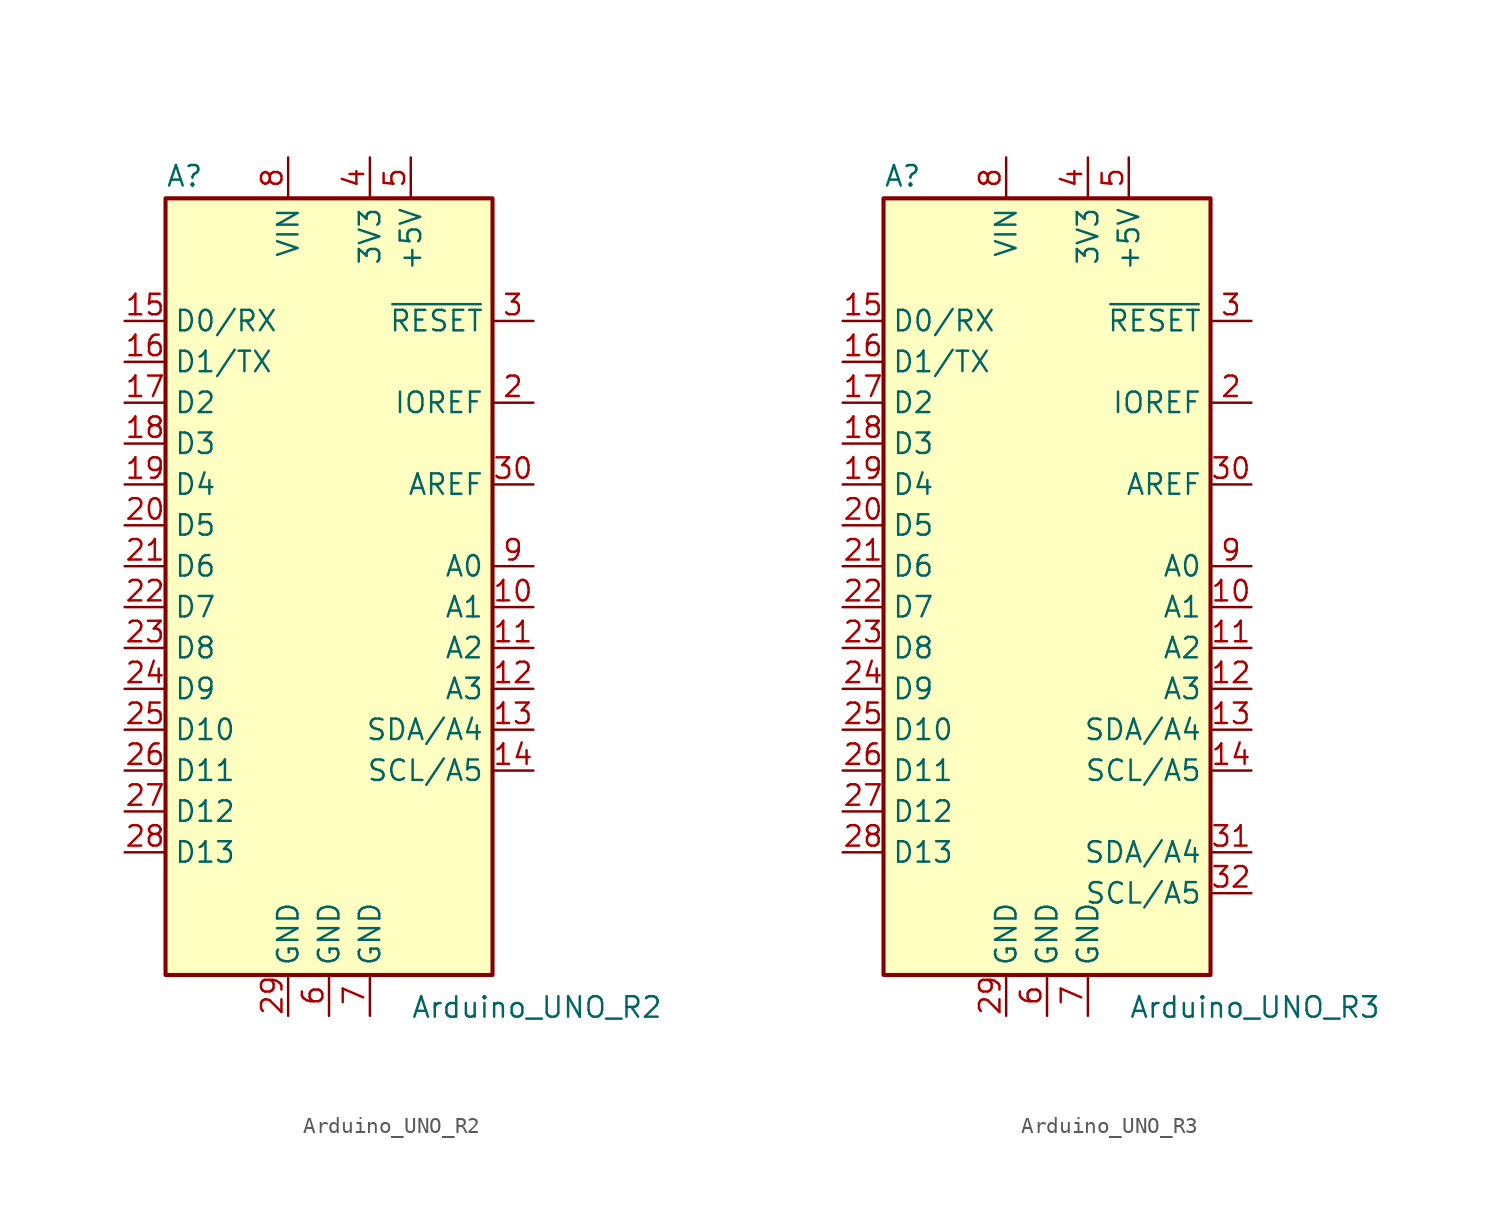
<source format=kicad_sym>
(kicad_symbol_lib
  (version 20200908)
  (generator kicad_symbol_editor)
  (symbol "MCU_Module:Arduino_UNO_R2"
    (property "Reference" "A"
      (at -10.16 23.495 0)
      (effects (font (size 1.27 1.27)) (justify left bottom)))
    (property "Value" "Arduino_UNO_R2"
      (at 5.08 -26.67 0)
      (effects (font (size 1.27 1.27)) (justify left top)))
    (symbol "Arduino_UNO_R2_0_1"
      (rectangle (start -10.16 22.86) (end 10.16 -25.4) (stroke (width 0.254)) (fill (type background))))
    (symbol "Arduino_UNO_R2_1_1"
      (pin unconnected line (at -10.16 -20.32 0) (length 2.54) hide (name "NC" (effects (font (size 1.27 1.27)))) (number "1" (effects (font (size 1.27 1.27)))))
      (pin bidirectional line (at 12.7 -2.54 180) (length 2.54) (name "A1" (effects (font (size 1.27 1.27)))) (number "10" (effects (font (size 1.27 1.27)))))
      (pin bidirectional line (at 12.7 -5.08 180) (length 2.54) (name "A2" (effects (font (size 1.27 1.27)))) (number "11" (effects (font (size 1.27 1.27)))))
      (pin bidirectional line (at 12.7 -7.62 180) (length 2.54) (name "A3" (effects (font (size 1.27 1.27)))) (number "12" (effects (font (size 1.27 1.27)))))
      (pin bidirectional line (at 12.7 -10.16 180) (length 2.54) (name "SDA/A4" (effects (font (size 1.27 1.27)))) (number "13" (effects (font (size 1.27 1.27)))))
      (pin bidirectional line (at 12.7 -12.7 180) (length 2.54) (name "SCL/A5" (effects (font (size 1.27 1.27)))) (number "14" (effects (font (size 1.27 1.27)))))
      (pin bidirectional line (at -12.7 15.24 0) (length 2.54) (name "D0/RX" (effects (font (size 1.27 1.27)))) (number "15" (effects (font (size 1.27 1.27)))))
      (pin bidirectional line (at -12.7 12.7 0) (length 2.54) (name "D1/TX" (effects (font (size 1.27 1.27)))) (number "16" (effects (font (size 1.27 1.27)))))
      (pin bidirectional line (at -12.7 10.16 0) (length 2.54) (name "D2" (effects (font (size 1.27 1.27)))) (number "17" (effects (font (size 1.27 1.27)))))
      (pin bidirectional line (at -12.7 7.62 0) (length 2.54) (name "D3" (effects (font (size 1.27 1.27)))) (number "18" (effects (font (size 1.27 1.27)))))
      (pin bidirectional line (at -12.7 5.08 0) (length 2.54) (name "D4" (effects (font (size 1.27 1.27)))) (number "19" (effects (font (size 1.27 1.27)))))
      (pin output line (at 12.7 10.16 180) (length 2.54) (name "IOREF" (effects (font (size 1.27 1.27)))) (number "2" (effects (font (size 1.27 1.27)))))
      (pin bidirectional line (at -12.7 2.54 0) (length 2.54) (name "D5" (effects (font (size 1.27 1.27)))) (number "20" (effects (font (size 1.27 1.27)))))
      (pin bidirectional line (at -12.7 0 0) (length 2.54) (name "D6" (effects (font (size 1.27 1.27)))) (number "21" (effects (font (size 1.27 1.27)))))
      (pin bidirectional line (at -12.7 -2.54 0) (length 2.54) (name "D7" (effects (font (size 1.27 1.27)))) (number "22" (effects (font (size 1.27 1.27)))))
      (pin bidirectional line (at -12.7 -5.08 0) (length 2.54) (name "D8" (effects (font (size 1.27 1.27)))) (number "23" (effects (font (size 1.27 1.27)))))
      (pin bidirectional line (at -12.7 -7.62 0) (length 2.54) (name "D9" (effects (font (size 1.27 1.27)))) (number "24" (effects (font (size 1.27 1.27)))))
      (pin bidirectional line (at -12.7 -10.16 0) (length 2.54) (name "D10" (effects (font (size 1.27 1.27)))) (number "25" (effects (font (size 1.27 1.27)))))
      (pin bidirectional line (at -12.7 -12.7 0) (length 2.54) (name "D11" (effects (font (size 1.27 1.27)))) (number "26" (effects (font (size 1.27 1.27)))))
      (pin bidirectional line (at -12.7 -15.24 0) (length 2.54) (name "D12" (effects (font (size 1.27 1.27)))) (number "27" (effects (font (size 1.27 1.27)))))
      (pin bidirectional line (at -12.7 -17.78 0) (length 2.54) (name "D13" (effects (font (size 1.27 1.27)))) (number "28" (effects (font (size 1.27 1.27)))))
      (pin power_in line (at -2.54 -27.94 90) (length 2.54) (name "GND" (effects (font (size 1.27 1.27)))) (number "29" (effects (font (size 1.27 1.27)))))
      (pin input line (at 12.7 15.24 180) (length 2.54) (name "~RESET" (effects (font (size 1.27 1.27)))) (number "3" (effects (font (size 1.27 1.27)))))
      (pin input line (at 12.7 5.08 180) (length 2.54) (name "AREF" (effects (font (size 1.27 1.27)))) (number "30" (effects (font (size 1.27 1.27)))))
      (pin power_out line (at 2.54 25.4 270) (length 2.54) (name "3V3" (effects (font (size 1.27 1.27)))) (number "4" (effects (font (size 1.27 1.27)))))
      (pin power_out line (at 5.08 25.4 270) (length 2.54) (name "+5V" (effects (font (size 1.27 1.27)))) (number "5" (effects (font (size 1.27 1.27)))))
      (pin power_in line (at 0 -27.94 90) (length 2.54) (name "GND" (effects (font (size 1.27 1.27)))) (number "6" (effects (font (size 1.27 1.27)))))
      (pin power_in line (at 2.54 -27.94 90) (length 2.54) (name "GND" (effects (font (size 1.27 1.27)))) (number "7" (effects (font (size 1.27 1.27)))))
      (pin power_in line (at -2.54 25.4 270) (length 2.54) (name "VIN" (effects (font (size 1.27 1.27)))) (number "8" (effects (font (size 1.27 1.27)))))
      (pin bidirectional line (at 12.7 0 180) (length 2.54) (name "A0" (effects (font (size 1.27 1.27)))) (number "9" (effects (font (size 1.27 1.27)))))))
  (symbol "MCU_Module:Arduino_UNO_R3"
    (property "Reference" "A"
      (at -10.16 23.495 0)
      (effects (font (size 1.27 1.27)) (justify left bottom)))
    (property "Value" "Arduino_UNO_R3"
      (at 5.08 -26.67 0)
      (effects (font (size 1.27 1.27)) (justify left top)))
    (symbol "Arduino_UNO_R3_0_1"
      (rectangle (start -10.16 22.86) (end 10.16 -25.4) (stroke (width 0.254)) (fill (type background))))
    (symbol "Arduino_UNO_R3_1_1"
      (pin unconnected line (at -10.16 -20.32 0) (length 2.54) hide (name "NC" (effects (font (size 1.27 1.27)))) (number "1" (effects (font (size 1.27 1.27)))))
      (pin bidirectional line (at 12.7 -2.54 180) (length 2.54) (name "A1" (effects (font (size 1.27 1.27)))) (number "10" (effects (font (size 1.27 1.27)))))
      (pin bidirectional line (at 12.7 -5.08 180) (length 2.54) (name "A2" (effects (font (size 1.27 1.27)))) (number "11" (effects (font (size 1.27 1.27)))))
      (pin bidirectional line (at 12.7 -7.62 180) (length 2.54) (name "A3" (effects (font (size 1.27 1.27)))) (number "12" (effects (font (size 1.27 1.27)))))
      (pin bidirectional line (at 12.7 -10.16 180) (length 2.54) (name "SDA/A4" (effects (font (size 1.27 1.27)))) (number "13" (effects (font (size 1.27 1.27)))))
      (pin bidirectional line (at 12.7 -12.7 180) (length 2.54) (name "SCL/A5" (effects (font (size 1.27 1.27)))) (number "14" (effects (font (size 1.27 1.27)))))
      (pin bidirectional line (at -12.7 15.24 0) (length 2.54) (name "D0/RX" (effects (font (size 1.27 1.27)))) (number "15" (effects (font (size 1.27 1.27)))))
      (pin bidirectional line (at -12.7 12.7 0) (length 2.54) (name "D1/TX" (effects (font (size 1.27 1.27)))) (number "16" (effects (font (size 1.27 1.27)))))
      (pin bidirectional line (at -12.7 10.16 0) (length 2.54) (name "D2" (effects (font (size 1.27 1.27)))) (number "17" (effects (font (size 1.27 1.27)))))
      (pin bidirectional line (at -12.7 7.62 0) (length 2.54) (name "D3" (effects (font (size 1.27 1.27)))) (number "18" (effects (font (size 1.27 1.27)))))
      (pin bidirectional line (at -12.7 5.08 0) (length 2.54) (name "D4" (effects (font (size 1.27 1.27)))) (number "19" (effects (font (size 1.27 1.27)))))
      (pin output line (at 12.7 10.16 180) (length 2.54) (name "IOREF" (effects (font (size 1.27 1.27)))) (number "2" (effects (font (size 1.27 1.27)))))
      (pin bidirectional line (at -12.7 2.54 0) (length 2.54) (name "D5" (effects (font (size 1.27 1.27)))) (number "20" (effects (font (size 1.27 1.27)))))
      (pin bidirectional line (at -12.7 0 0) (length 2.54) (name "D6" (effects (font (size 1.27 1.27)))) (number "21" (effects (font (size 1.27 1.27)))))
      (pin bidirectional line (at -12.7 -2.54 0) (length 2.54) (name "D7" (effects (font (size 1.27 1.27)))) (number "22" (effects (font (size 1.27 1.27)))))
      (pin bidirectional line (at -12.7 -5.08 0) (length 2.54) (name "D8" (effects (font (size 1.27 1.27)))) (number "23" (effects (font (size 1.27 1.27)))))
      (pin bidirectional line (at -12.7 -7.62 0) (length 2.54) (name "D9" (effects (font (size 1.27 1.27)))) (number "24" (effects (font (size 1.27 1.27)))))
      (pin bidirectional line (at -12.7 -10.16 0) (length 2.54) (name "D10" (effects (font (size 1.27 1.27)))) (number "25" (effects (font (size 1.27 1.27)))))
      (pin bidirectional line (at -12.7 -12.7 0) (length 2.54) (name "D11" (effects (font (size 1.27 1.27)))) (number "26" (effects (font (size 1.27 1.27)))))
      (pin bidirectional line (at -12.7 -15.24 0) (length 2.54) (name "D12" (effects (font (size 1.27 1.27)))) (number "27" (effects (font (size 1.27 1.27)))))
      (pin bidirectional line (at -12.7 -17.78 0) (length 2.54) (name "D13" (effects (font (size 1.27 1.27)))) (number "28" (effects (font (size 1.27 1.27)))))
      (pin power_in line (at -2.54 -27.94 90) (length 2.54) (name "GND" (effects (font (size 1.27 1.27)))) (number "29" (effects (font (size 1.27 1.27)))))
      (pin input line (at 12.7 15.24 180) (length 2.54) (name "~RESET" (effects (font (size 1.27 1.27)))) (number "3" (effects (font (size 1.27 1.27)))))
      (pin input line (at 12.7 5.08 180) (length 2.54) (name "AREF" (effects (font (size 1.27 1.27)))) (number "30" (effects (font (size 1.27 1.27)))))
      (pin bidirectional line (at 12.7 -17.78 180) (length 2.54) (name "SDA/A4" (effects (font (size 1.27 1.27)))) (number "31" (effects (font (size 1.27 1.27)))))
      (pin bidirectional line (at 12.7 -20.32 180) (length 2.54) (name "SCL/A5" (effects (font (size 1.27 1.27)))) (number "32" (effects (font (size 1.27 1.27)))))
      (pin power_out line (at 2.54 25.4 270) (length 2.54) (name "3V3" (effects (font (size 1.27 1.27)))) (number "4" (effects (font (size 1.27 1.27)))))
      (pin power_out line (at 5.08 25.4 270) (length 2.54) (name "+5V" (effects (font (size 1.27 1.27)))) (number "5" (effects (font (size 1.27 1.27)))))
      (pin power_in line (at 0 -27.94 90) (length 2.54) (name "GND" (effects (font (size 1.27 1.27)))) (number "6" (effects (font (size 1.27 1.27)))))
      (pin power_in line (at 2.54 -27.94 90) (length 2.54) (name "GND" (effects (font (size 1.27 1.27)))) (number "7" (effects (font (size 1.27 1.27)))))
      (pin power_in line (at -2.54 25.4 270) (length 2.54) (name "VIN" (effects (font (size 1.27 1.27)))) (number "8" (effects (font (size 1.27 1.27)))))
      (pin bidirectional line (at 12.7 0 180) (length 2.54) (name "A0" (effects (font (size 1.27 1.27)))) (number "9" (effects (font (size 1.27 1.27))))))))
</source>
